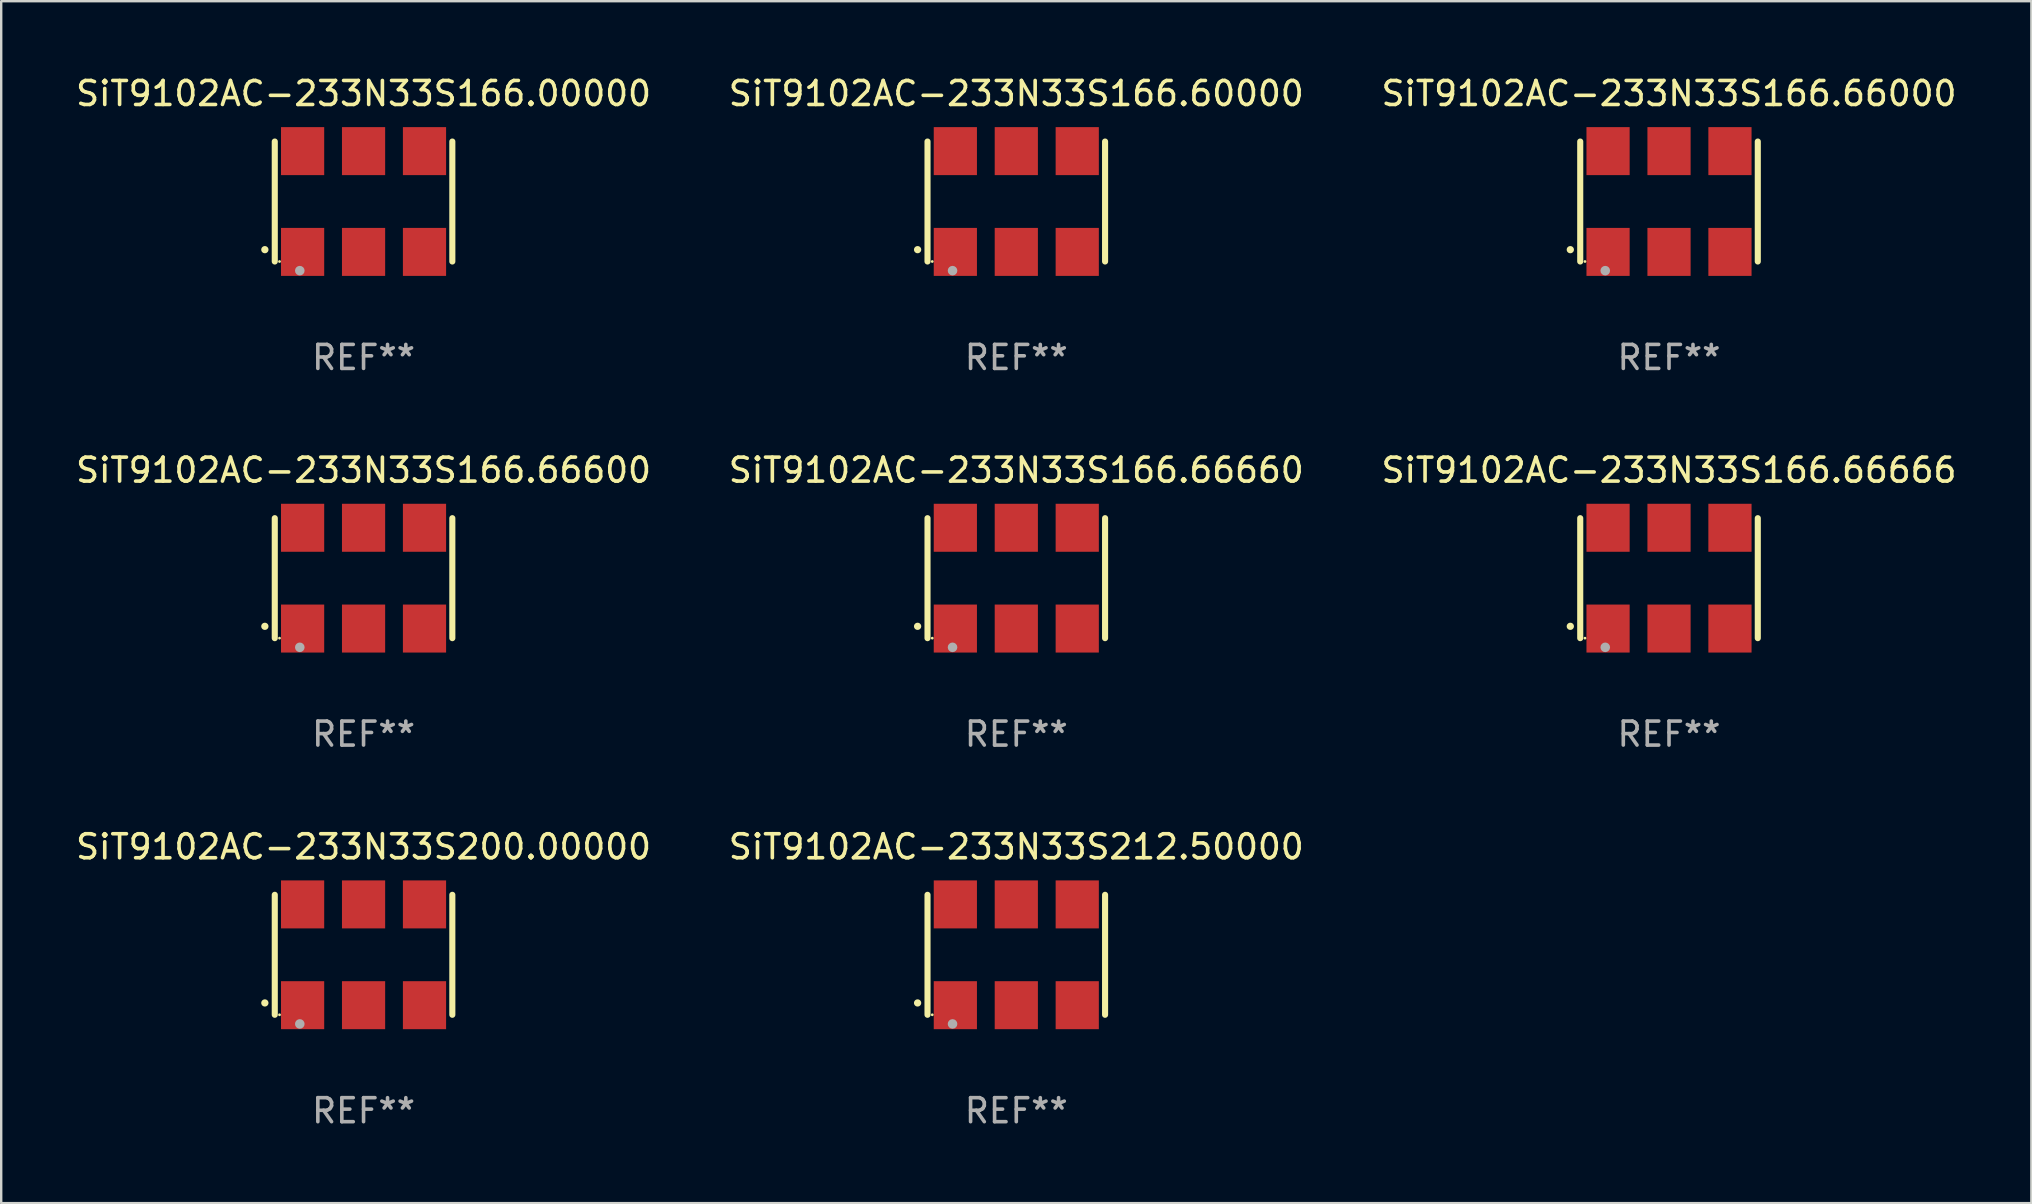
<source format=kicad_pcb>
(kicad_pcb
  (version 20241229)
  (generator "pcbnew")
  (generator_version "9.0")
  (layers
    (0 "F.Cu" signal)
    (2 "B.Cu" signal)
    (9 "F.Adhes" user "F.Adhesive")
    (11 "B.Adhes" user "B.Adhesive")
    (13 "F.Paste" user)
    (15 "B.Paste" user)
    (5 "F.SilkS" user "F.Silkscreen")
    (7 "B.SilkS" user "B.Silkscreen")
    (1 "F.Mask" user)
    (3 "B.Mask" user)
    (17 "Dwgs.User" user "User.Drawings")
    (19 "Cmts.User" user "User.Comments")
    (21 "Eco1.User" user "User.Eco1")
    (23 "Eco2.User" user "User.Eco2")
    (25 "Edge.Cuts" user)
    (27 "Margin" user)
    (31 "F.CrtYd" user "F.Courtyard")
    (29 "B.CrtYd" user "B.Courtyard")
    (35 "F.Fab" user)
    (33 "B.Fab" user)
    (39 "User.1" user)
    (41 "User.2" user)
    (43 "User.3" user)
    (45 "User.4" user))
  (footprint "SiT9102AC-233N33S166.66600"
    (layer "F.Cu")
    (at 12.101 21.045)
    (property "Reference" "SiT9102AC-233N33S166.66600" (at 0 -4.5 0) (layer "F.SilkS") (effects (font (size 1 1) (thickness 0.15))))
    (attr through_hole)
    (fp_line (start -3.7 -2.5) (end -3.7 2.5) (stroke (width 0.254) (type solid)) (layer "F.SilkS"))
    (fp_line (start 3.7 -2.5) (end 3.7 2.5) (stroke (width 0.254) (type solid)) (layer "F.SilkS"))
    (fp_arc (start -4.114415 2.006604) (mid -4.113145 2.006599) (end -4.111875 2.006604) (stroke (width 0.3) (type solid)) (layer "F.SilkS"))
    (fp_circle (center -3.502 2.5) (end -3.472 2.5) (stroke (width 0.06) (type solid)) (fill no) (layer "F.SilkS"))
    (fp_circle (center -2.657 2.882) (end -2.557 2.882) (stroke (width 0.2) (type solid)) (fill no) (layer "F.Fab"))
    (fp_text user "REF**" (at 0 6.5 0) (layer "F.Fab") (effects (font (size 1 1) (thickness 0.15))))
    (pad "1" smd rect (at -2.54 2.1) (size 1.8 2) (layers "F.Cu" "F.Mask" "F.Paste"))
    (pad "2" smd rect (at 0.000394 2.1) (size 1.8 2) (layers "F.Cu" "F.Mask" "F.Paste"))
    (pad "3" smd rect (at 2.54 2.1) (size 1.8 2) (layers "F.Cu" "F.Mask" "F.Paste"))
    (pad "4" smd rect (at 2.54 -2.1) (size 1.8 2) (layers "F.Cu" "F.Mask" "F.Paste"))
    (pad "5" smd rect (at 0.000394 -2.1) (size 1.8 2) (layers "F.Cu" "F.Mask" "F.Paste"))
    (pad "6" smd rect (at -2.54 -2.1) (size 1.8 2) (layers "F.Cu" "F.Mask" "F.Paste")))
  (footprint "SiT9102AC-233N33S200.00000"
    (layer "F.Cu")
    (at 12.101 36.741)
    (property "Reference" "SiT9102AC-233N33S200.00000" (at 0 -4.5 0) (layer "F.SilkS") (effects (font (size 1 1) (thickness 0.15))))
    (attr through_hole)
    (fp_line (start -3.7 -2.5) (end -3.7 2.5) (stroke (width 0.254) (type solid)) (layer "F.SilkS"))
    (fp_line (start 3.7 -2.5) (end 3.7 2.5) (stroke (width 0.254) (type solid)) (layer "F.SilkS"))
    (fp_arc (start -4.114415 2.006604) (mid -4.113145 2.006599) (end -4.111875 2.006604) (stroke (width 0.3) (type solid)) (layer "F.SilkS"))
    (fp_circle (center -3.502 2.5) (end -3.472 2.5) (stroke (width 0.06) (type solid)) (fill no) (layer "F.SilkS"))
    (fp_circle (center -2.657 2.882) (end -2.557 2.882) (stroke (width 0.2) (type solid)) (fill no) (layer "F.Fab"))
    (fp_text user "REF**" (at 0 6.5 0) (layer "F.Fab") (effects (font (size 1 1) (thickness 0.15))))
    (pad "1" smd rect (at -2.54 2.1) (size 1.8 2) (layers "F.Cu" "F.Mask" "F.Paste"))
    (pad "2" smd rect (at 0.000394 2.1) (size 1.8 2) (layers "F.Cu" "F.Mask" "F.Paste"))
    (pad "3" smd rect (at 2.54 2.1) (size 1.8 2) (layers "F.Cu" "F.Mask" "F.Paste"))
    (pad "4" smd rect (at 2.54 -2.1) (size 1.8 2) (layers "F.Cu" "F.Mask" "F.Paste"))
    (pad "5" smd rect (at 0.000394 -2.1) (size 1.8 2) (layers "F.Cu" "F.Mask" "F.Paste"))
    (pad "6" smd rect (at -2.54 -2.1) (size 1.8 2) (layers "F.Cu" "F.Mask" "F.Paste")))
  (footprint "SiT9102AC-233N33S212.50000"
    (layer "F.Cu")
    (at 39.304 36.741)
    (property "Reference" "SiT9102AC-233N33S212.50000" (at 0 -4.5 0) (layer "F.SilkS") (effects (font (size 1 1) (thickness 0.15))))
    (attr through_hole)
    (fp_line (start -3.7 -2.5) (end -3.7 2.5) (stroke (width 0.254) (type solid)) (layer "F.SilkS"))
    (fp_line (start 3.7 -2.5) (end 3.7 2.5) (stroke (width 0.254) (type solid)) (layer "F.SilkS"))
    (fp_arc (start -4.114415 2.006604) (mid -4.113145 2.006599) (end -4.111875 2.006604) (stroke (width 0.3) (type solid)) (layer "F.SilkS"))
    (fp_circle (center -3.502 2.5) (end -3.472 2.5) (stroke (width 0.06) (type solid)) (fill no) (layer "F.SilkS"))
    (fp_circle (center -2.657 2.882) (end -2.557 2.882) (stroke (width 0.2) (type solid)) (fill no) (layer "F.Fab"))
    (fp_text user "REF**" (at 0 6.5 0) (layer "F.Fab") (effects (font (size 1 1) (thickness 0.15))))
    (pad "1" smd rect (at -2.54 2.1) (size 1.8 2) (layers "F.Cu" "F.Mask" "F.Paste"))
    (pad "2" smd rect (at 0.000394 2.1) (size 1.8 2) (layers "F.Cu" "F.Mask" "F.Paste"))
    (pad "3" smd rect (at 2.54 2.1) (size 1.8 2) (layers "F.Cu" "F.Mask" "F.Paste"))
    (pad "4" smd rect (at 2.54 -2.1) (size 1.8 2) (layers "F.Cu" "F.Mask" "F.Paste"))
    (pad "5" smd rect (at 0.000394 -2.1) (size 1.8 2) (layers "F.Cu" "F.Mask" "F.Paste"))
    (pad "6" smd rect (at -2.54 -2.1) (size 1.8 2) (layers "F.Cu" "F.Mask" "F.Paste")))
  (footprint "SiT9102AC-233N33S166.60000"
    (layer "F.Cu")
    (at 39.304 5.348)
    (property "Reference" "SiT9102AC-233N33S166.60000" (at 0 -4.5 0) (layer "F.SilkS") (effects (font (size 1 1) (thickness 0.15))))
    (attr through_hole)
    (fp_line (start -3.7 -2.5) (end -3.7 2.5) (stroke (width 0.254) (type solid)) (layer "F.SilkS"))
    (fp_line (start 3.7 -2.5) (end 3.7 2.5) (stroke (width 0.254) (type solid)) (layer "F.SilkS"))
    (fp_arc (start -4.114415 2.006604) (mid -4.113145 2.006599) (end -4.111875 2.006604) (stroke (width 0.3) (type solid)) (layer "F.SilkS"))
    (fp_circle (center -3.502 2.5) (end -3.472 2.5) (stroke (width 0.06) (type solid)) (fill no) (layer "F.SilkS"))
    (fp_circle (center -2.657 2.882) (end -2.557 2.882) (stroke (width 0.2) (type solid)) (fill no) (layer "F.Fab"))
    (fp_text user "REF**" (at 0 6.5 0) (layer "F.Fab") (effects (font (size 1 1) (thickness 0.15))))
    (pad "1" smd rect (at -2.54 2.1) (size 1.8 2) (layers "F.Cu" "F.Mask" "F.Paste"))
    (pad "2" smd rect (at 0.000394 2.1) (size 1.8 2) (layers "F.Cu" "F.Mask" "F.Paste"))
    (pad "3" smd rect (at 2.54 2.1) (size 1.8 2) (layers "F.Cu" "F.Mask" "F.Paste"))
    (pad "4" smd rect (at 2.54 -2.1) (size 1.8 2) (layers "F.Cu" "F.Mask" "F.Paste"))
    (pad "5" smd rect (at 0.000394 -2.1) (size 1.8 2) (layers "F.Cu" "F.Mask" "F.Paste"))
    (pad "6" smd rect (at -2.54 -2.1) (size 1.8 2) (layers "F.Cu" "F.Mask" "F.Paste")))
  (footprint "SiT9102AC-233N33S166.66660"
    (layer "F.Cu")
    (at 39.304 21.045)
    (property "Reference" "SiT9102AC-233N33S166.66660" (at 0 -4.5 0) (layer "F.SilkS") (effects (font (size 1 1) (thickness 0.15))))
    (attr through_hole)
    (fp_line (start -3.7 -2.5) (end -3.7 2.5) (stroke (width 0.254) (type solid)) (layer "F.SilkS"))
    (fp_line (start 3.7 -2.5) (end 3.7 2.5) (stroke (width 0.254) (type solid)) (layer "F.SilkS"))
    (fp_arc (start -4.114415 2.006604) (mid -4.113145 2.006599) (end -4.111875 2.006604) (stroke (width 0.3) (type solid)) (layer "F.SilkS"))
    (fp_circle (center -3.502 2.5) (end -3.472 2.5) (stroke (width 0.06) (type solid)) (fill no) (layer "F.SilkS"))
    (fp_circle (center -2.657 2.882) (end -2.557 2.882) (stroke (width 0.2) (type solid)) (fill no) (layer "F.Fab"))
    (fp_text user "REF**" (at 0 6.5 0) (layer "F.Fab") (effects (font (size 1 1) (thickness 0.15))))
    (pad "1" smd rect (at -2.54 2.1) (size 1.8 2) (layers "F.Cu" "F.Mask" "F.Paste"))
    (pad "2" smd rect (at 0.000394 2.1) (size 1.8 2) (layers "F.Cu" "F.Mask" "F.Paste"))
    (pad "3" smd rect (at 2.54 2.1) (size 1.8 2) (layers "F.Cu" "F.Mask" "F.Paste"))
    (pad "4" smd rect (at 2.54 -2.1) (size 1.8 2) (layers "F.Cu" "F.Mask" "F.Paste"))
    (pad "5" smd rect (at 0.000394 -2.1) (size 1.8 2) (layers "F.Cu" "F.Mask" "F.Paste"))
    (pad "6" smd rect (at -2.54 -2.1) (size 1.8 2) (layers "F.Cu" "F.Mask" "F.Paste")))
  (footprint "SiT9102AC-233N33S166.00000"
    (layer "F.Cu")
    (at 12.101 5.348)
    (property "Reference" "SiT9102AC-233N33S166.00000" (at 0 -4.5 0) (layer "F.SilkS") (effects (font (size 1 1) (thickness 0.15))))
    (attr through_hole)
    (fp_line (start -3.7 -2.5) (end -3.7 2.5) (stroke (width 0.254) (type solid)) (layer "F.SilkS"))
    (fp_line (start 3.7 -2.5) (end 3.7 2.5) (stroke (width 0.254) (type solid)) (layer "F.SilkS"))
    (fp_arc (start -4.114415 2.006604) (mid -4.113145 2.006599) (end -4.111875 2.006604) (stroke (width 0.3) (type solid)) (layer "F.SilkS"))
    (fp_circle (center -3.502 2.5) (end -3.472 2.5) (stroke (width 0.06) (type solid)) (fill no) (layer "F.SilkS"))
    (fp_circle (center -2.657 2.882) (end -2.557 2.882) (stroke (width 0.2) (type solid)) (fill no) (layer "F.Fab"))
    (fp_text user "REF**" (at 0 6.5 0) (layer "F.Fab") (effects (font (size 1 1) (thickness 0.15))))
    (pad "1" smd rect (at -2.54 2.1) (size 1.8 2) (layers "F.Cu" "F.Mask" "F.Paste"))
    (pad "2" smd rect (at 0.000394 2.1) (size 1.8 2) (layers "F.Cu" "F.Mask" "F.Paste"))
    (pad "3" smd rect (at 2.54 2.1) (size 1.8 2) (layers "F.Cu" "F.Mask" "F.Paste"))
    (pad "4" smd rect (at 2.54 -2.1) (size 1.8 2) (layers "F.Cu" "F.Mask" "F.Paste"))
    (pad "5" smd rect (at 0.000394 -2.1) (size 1.8 2) (layers "F.Cu" "F.Mask" "F.Paste"))
    (pad "6" smd rect (at -2.54 -2.1) (size 1.8 2) (layers "F.Cu" "F.Mask" "F.Paste")))
  (footprint "SiT9102AC-233N33S166.66666"
    (layer "F.Cu")
    (at 66.506 21.045)
    (property "Reference" "SiT9102AC-233N33S166.66666" (at 0 -4.5 0) (layer "F.SilkS") (effects (font (size 1 1) (thickness 0.15))))
    (attr through_hole)
    (fp_line (start -3.7 -2.5) (end -3.7 2.5) (stroke (width 0.254) (type solid)) (layer "F.SilkS"))
    (fp_line (start 3.7 -2.5) (end 3.7 2.5) (stroke (width 0.254) (type solid)) (layer "F.SilkS"))
    (fp_arc (start -4.114415 2.006604) (mid -4.113145 2.006599) (end -4.111875 2.006604) (stroke (width 0.3) (type solid)) (layer "F.SilkS"))
    (fp_circle (center -3.502 2.5) (end -3.472 2.5) (stroke (width 0.06) (type solid)) (fill no) (layer "F.SilkS"))
    (fp_circle (center -2.657 2.882) (end -2.557 2.882) (stroke (width 0.2) (type solid)) (fill no) (layer "F.Fab"))
    (fp_text user "REF**" (at 0 6.5 0) (layer "F.Fab") (effects (font (size 1 1) (thickness 0.15))))
    (pad "1" smd rect (at -2.54 2.1) (size 1.8 2) (layers "F.Cu" "F.Mask" "F.Paste"))
    (pad "2" smd rect (at 0.000394 2.1) (size 1.8 2) (layers "F.Cu" "F.Mask" "F.Paste"))
    (pad "3" smd rect (at 2.54 2.1) (size 1.8 2) (layers "F.Cu" "F.Mask" "F.Paste"))
    (pad "4" smd rect (at 2.54 -2.1) (size 1.8 2) (layers "F.Cu" "F.Mask" "F.Paste"))
    (pad "5" smd rect (at 0.000394 -2.1) (size 1.8 2) (layers "F.Cu" "F.Mask" "F.Paste"))
    (pad "6" smd rect (at -2.54 -2.1) (size 1.8 2) (layers "F.Cu" "F.Mask" "F.Paste")))
  (footprint "SiT9102AC-233N33S166.66000"
    (layer "F.Cu")
    (at 66.506 5.348)
    (property "Reference" "SiT9102AC-233N33S166.66000" (at 0 -4.5 0) (layer "F.SilkS") (effects (font (size 1 1) (thickness 0.15))))
    (attr through_hole)
    (fp_line (start -3.7 -2.5) (end -3.7 2.5) (stroke (width 0.254) (type solid)) (layer "F.SilkS"))
    (fp_line (start 3.7 -2.5) (end 3.7 2.5) (stroke (width 0.254) (type solid)) (layer "F.SilkS"))
    (fp_arc (start -4.114415 2.006604) (mid -4.113145 2.006599) (end -4.111875 2.006604) (stroke (width 0.3) (type solid)) (layer "F.SilkS"))
    (fp_circle (center -3.502 2.5) (end -3.472 2.5) (stroke (width 0.06) (type solid)) (fill no) (layer "F.SilkS"))
    (fp_circle (center -2.657 2.882) (end -2.557 2.882) (stroke (width 0.2) (type solid)) (fill no) (layer "F.Fab"))
    (fp_text user "REF**" (at 0 6.5 0) (layer "F.Fab") (effects (font (size 1 1) (thickness 0.15))))
    (pad "1" smd rect (at -2.54 2.1) (size 1.8 2) (layers "F.Cu" "F.Mask" "F.Paste"))
    (pad "2" smd rect (at 0.000394 2.1) (size 1.8 2) (layers "F.Cu" "F.Mask" "F.Paste"))
    (pad "3" smd rect (at 2.54 2.1) (size 1.8 2) (layers "F.Cu" "F.Mask" "F.Paste"))
    (pad "4" smd rect (at 2.54 -2.1) (size 1.8 2) (layers "F.Cu" "F.Mask" "F.Paste"))
    (pad "5" smd rect (at 0.000394 -2.1) (size 1.8 2) (layers "F.Cu" "F.Mask" "F.Paste"))
    (pad "6" smd rect (at -2.54 -2.1) (size 1.8 2) (layers "F.Cu" "F.Mask" "F.Paste")))
  (gr_rect
    (start -3 -3)
    (end 81.607 47.09)
    (stroke (width 0.1) (type default))
    (fill no)
    (layer "Edge.Cuts")))
</source>
